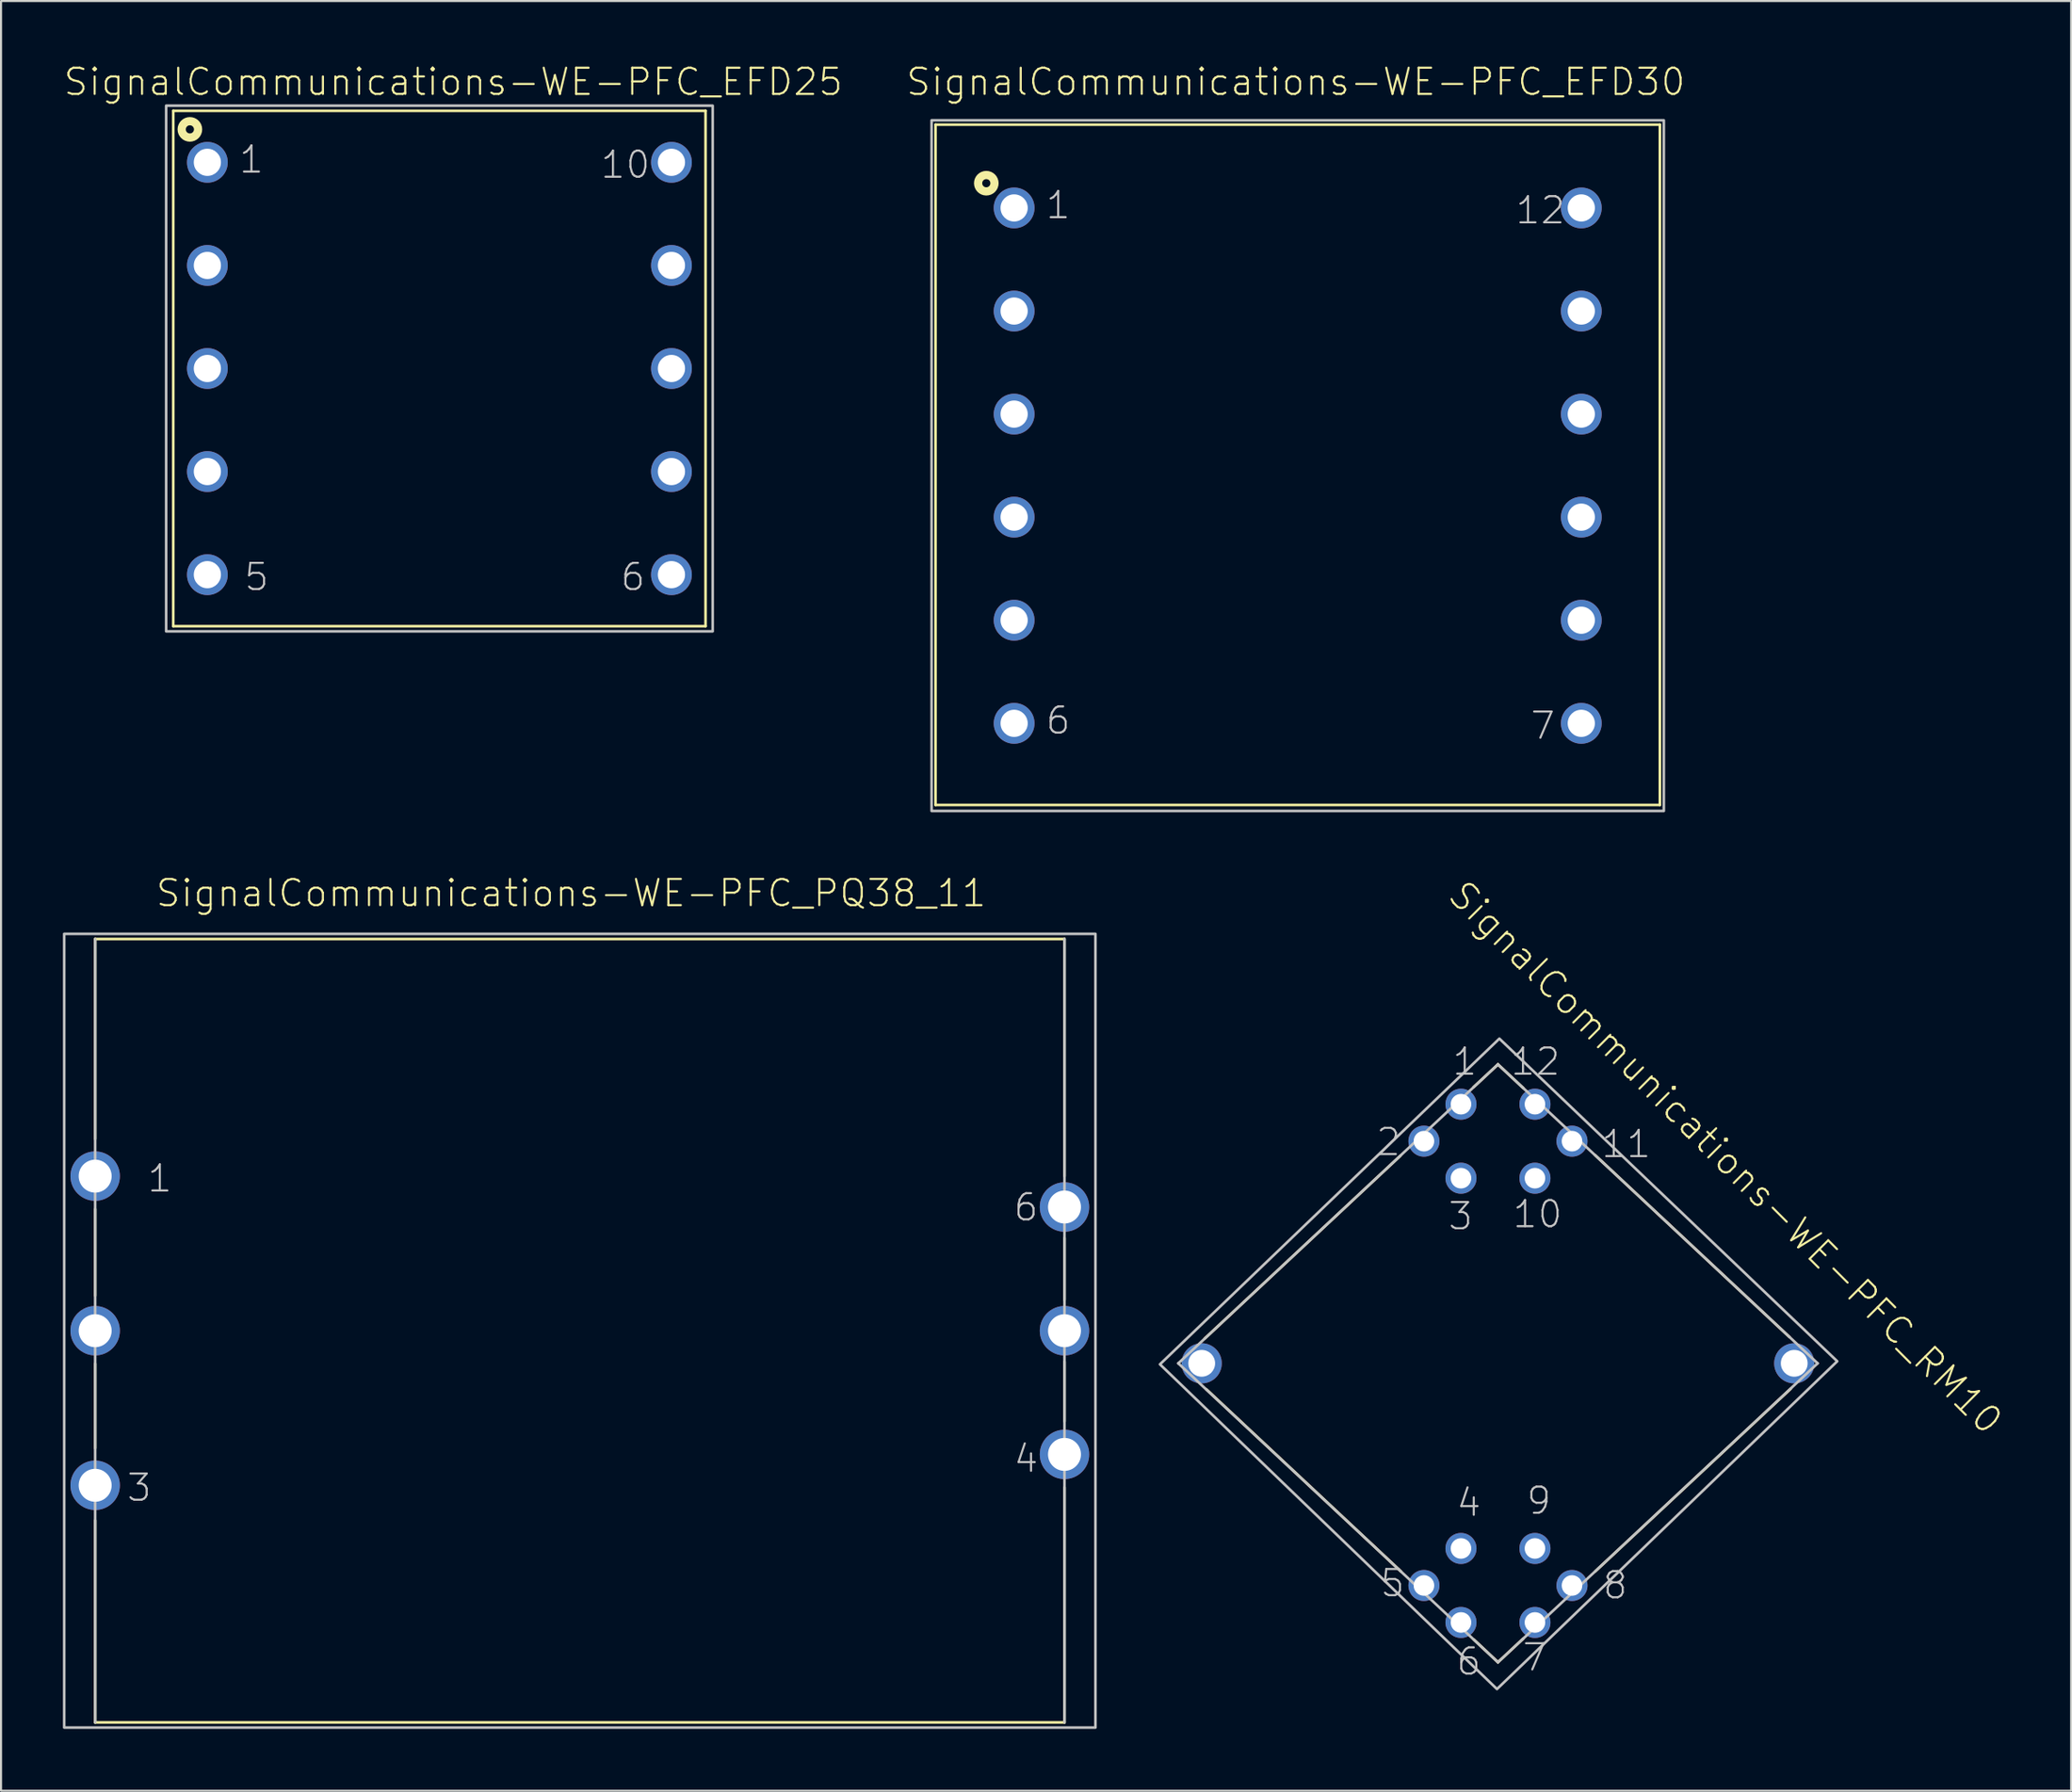
<source format=kicad_pcb>
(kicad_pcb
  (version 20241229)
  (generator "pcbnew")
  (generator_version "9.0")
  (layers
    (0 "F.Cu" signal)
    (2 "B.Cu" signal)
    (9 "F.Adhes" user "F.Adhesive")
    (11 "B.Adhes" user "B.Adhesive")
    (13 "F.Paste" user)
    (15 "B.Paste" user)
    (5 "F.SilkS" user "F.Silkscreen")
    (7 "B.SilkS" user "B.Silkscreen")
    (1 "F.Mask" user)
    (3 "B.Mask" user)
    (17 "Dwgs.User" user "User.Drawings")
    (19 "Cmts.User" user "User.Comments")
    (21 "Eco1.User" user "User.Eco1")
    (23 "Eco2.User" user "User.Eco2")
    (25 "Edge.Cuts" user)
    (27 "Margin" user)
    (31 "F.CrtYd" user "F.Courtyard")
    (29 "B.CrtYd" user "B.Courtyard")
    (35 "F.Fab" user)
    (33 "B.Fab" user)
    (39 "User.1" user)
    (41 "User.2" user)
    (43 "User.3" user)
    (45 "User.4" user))
  (footprint "SignalCommunications-WE-PFC_EFD30"
    (layer "F.Cu")
    (at 59.867 19.534)
    (property "Reference" "SignalCommunications-WE-PFC_EFD30" (at -0.094 -18.613 0) (layer "F.SilkS") (effects (font (size 1.27 1.27) (thickness 0.102))))
    (attr exclude_from_pos_files exclude_from_bom)
    (fp_line (start -17.559 -16.538) (end -17.559 16.459) (stroke (width 0.127) (type solid)) (layer "F.SilkS"))
    (fp_line (start -17.559 16.459) (end 17.559 16.459) (stroke (width 0.127) (type solid)) (layer "F.SilkS"))
    (fp_line (start 17.559 -16.538) (end -17.559 -16.538) (stroke (width 0.127) (type solid)) (layer "F.SilkS"))
    (fp_line (start 17.559 16.459) (end 17.559 -16.538) (stroke (width 0.127) (type solid)) (layer "F.SilkS"))
    (fp_circle (center -15.098 -13.698) (end -15.098 -13.896) (stroke (width 0.399) (type solid)) (fill no) (layer "F.SilkS"))
    (fp_poly (pts (xy 17.75 -16.749) (xy 17.75 16.749) (xy -17.75 16.749) (xy -17.75 -16.749) (xy 17.75 -16.749)) (stroke (width 0.127) (type solid)) (fill no) (layer "Dwgs.User"))
    (fp_text user "1" (at -11.613 -12.634 0) (layer "Dwgs.User") (effects (font (size 1.27 1.27) (thickness 0.102))))
    (fp_text user "6" (at -11.613 12.365 0) (layer "Dwgs.User") (effects (font (size 1.27 1.27) (thickness 0.102))))
    (fp_text user "12" (at 11.768 -12.383 0) (layer "Dwgs.User") (effects (font (size 1.27 1.27) (thickness 0.102))))
    (fp_text user "7" (at 11.885 12.614 0) (layer "Dwgs.User") (effects (font (size 1.27 1.27) (thickness 0.102))))
    (pad "1" thru_hole circle (at -13.749 -12.499) (size 1.979 1.979) (drill 1.318) (layers "*.Cu" "*.Paste" "*.Mask"))
    (pad "2" thru_hole circle (at -13.749 -7.498) (size 1.979 1.979) (drill 1.318) (layers "*.Cu" "*.Paste" "*.Mask"))
    (pad "3" thru_hole circle (at -13.749 -2.499) (size 1.979 1.979) (drill 1.318) (layers "*.Cu" "*.Paste" "*.Mask"))
    (pad "4" thru_hole circle (at -13.749 2.499) (size 1.979 1.979) (drill 1.318) (layers "*.Cu" "*.Paste" "*.Mask"))
    (pad "5" thru_hole circle (at -13.749 7.498) (size 1.979 1.979) (drill 1.318) (layers "*.Cu" "*.Paste" "*.Mask"))
    (pad "6" thru_hole circle (at -13.749 12.499) (size 1.979 1.979) (drill 1.318) (layers "*.Cu" "*.Paste" "*.Mask"))
    (pad "7" thru_hole circle (at 13.749 12.499) (size 1.979 1.979) (drill 1.318) (layers "*.Cu" "*.Paste" "*.Mask"))
    (pad "8" thru_hole circle (at 13.749 7.498) (size 1.979 1.979) (drill 1.318) (layers "*.Cu" "*.Paste" "*.Mask"))
    (pad "9" thru_hole circle (at 13.749 2.499) (size 1.979 1.979) (drill 1.318) (layers "*.Cu" "*.Paste" "*.Mask"))
    (pad "10" thru_hole circle (at 13.749 -2.499) (size 1.979 1.979) (drill 1.318) (layers "*.Cu" "*.Paste" "*.Mask"))
    (pad "11" thru_hole circle (at 13.749 -7.498) (size 1.979 1.979) (drill 1.318) (layers "*.Cu" "*.Paste" "*.Mask"))
    (pad "12" thru_hole circle (at 13.749 -12.499) (size 1.979 1.979) (drill 1.318) (layers "*.Cu" "*.Paste" "*.Mask")))
  (footprint "SignalCommunications-WE-PFC_EFD25"
    (layer "F.Cu")
    (at 18.254 14.823)
    (property "Reference" "SignalCommunications-WE-PFC_EFD25" (at 0.671 -13.901 0) (layer "F.SilkS") (effects (font (size 1.27 1.27) (thickness 0.102))))
    (attr exclude_from_pos_files exclude_from_bom)
    (fp_line (start -12.903 -12.499) (end -12.903 12.499) (stroke (width 0.127) (type solid)) (layer "F.SilkS"))
    (fp_line (start -12.903 12.499) (end 12.903 12.499) (stroke (width 0.127) (type solid)) (layer "F.SilkS"))
    (fp_line (start 12.903 -12.499) (end -12.903 -12.499) (stroke (width 0.127) (type solid)) (layer "F.SilkS"))
    (fp_line (start 12.903 12.499) (end 12.903 -12.499) (stroke (width 0.127) (type solid)) (layer "F.SilkS"))
    (fp_circle (center -12.098 -11.598) (end -12.098 -11.796) (stroke (width 0.399) (type solid)) (fill no) (layer "F.SilkS"))
    (fp_poly (pts (xy -13.249 -12.748) (xy 13.249 -12.748) (xy 13.249 12.748) (xy -13.249 12.748) (xy -13.249 -12.748)) (stroke (width 0.127) (type solid)) (fill no) (layer "Dwgs.User"))
    (fp_text user "1" (at -9.114 -10.135 0) (layer "Dwgs.User") (effects (font (size 1.27 1.27) (thickness 0.102))))
    (fp_text user "10" (at 9.02 -9.883 0) (layer "Dwgs.User") (effects (font (size 1.27 1.27) (thickness 0.102))))
    (fp_text user "5" (at -8.865 10.114 0) (layer "Dwgs.User") (effects (font (size 1.27 1.27) (thickness 0.102))))
    (fp_text user "6" (at 9.383 10.114 0) (layer "Dwgs.User") (effects (font (size 1.27 1.27) (thickness 0.102))))
    (pad "1" thru_hole circle (at -11.25 -10) (size 1.979 1.979) (drill 1.318) (layers "*.Cu" "*.Paste" "*.Mask"))
    (pad "2" thru_hole circle (at -11.25 -4.999) (size 1.979 1.979) (drill 1.318) (layers "*.Cu" "*.Paste" "*.Mask"))
    (pad "3" thru_hole circle (at -11.25 0) (size 1.979 1.979) (drill 1.318) (layers "*.Cu" "*.Paste" "*.Mask"))
    (pad "4" thru_hole circle (at -11.25 4.999) (size 1.979 1.979) (drill 1.318) (layers "*.Cu" "*.Paste" "*.Mask"))
    (pad "5" thru_hole circle (at -11.25 10) (size 1.979 1.979) (drill 1.318) (layers "*.Cu" "*.Paste" "*.Mask"))
    (pad "6" thru_hole circle (at 11.25 10) (size 1.979 1.979) (drill 1.318) (layers "*.Cu" "*.Paste" "*.Mask"))
    (pad "7" thru_hole circle (at 11.25 4.999) (size 1.979 1.979) (drill 1.318) (layers "*.Cu" "*.Paste" "*.Mask"))
    (pad "8" thru_hole circle (at 11.25 0) (size 1.979 1.979) (drill 1.318) (layers "*.Cu" "*.Paste" "*.Mask"))
    (pad "9" thru_hole circle (at 11.25 -4.999) (size 1.979 1.979) (drill 1.318) (layers "*.Cu" "*.Paste" "*.Mask"))
    (pad "10" thru_hole circle (at 11.25 -10) (size 1.979 1.979) (drill 1.318) (layers "*.Cu" "*.Paste" "*.Mask")))
  (footprint "SignalCommunications-WE-PFC_RM10"
    (layer "F.Cu")
    (at 69.576 63.074)
    (property "Reference" "SignalCommunications-WE-PFC_RM10" (at 11.034 -9.972 315) (layer "F.SilkS") (effects (font (size 1.27 1.27) (thickness 0.102))))
    (attr exclude_from_pos_files exclude_from_bom)
    (fp_line (start -14.138 1.26) (end -4.709 10.089) (stroke (width 0.127) (type solid)) (layer "F.SilkS"))
    (fp_line (start -4.729 -10.069) (end -14.209 -1.209) (stroke (width 0.127) (type solid)) (layer "F.SilkS"))
    (fp_line (start -1.179 -13.399) (end 0 -14.498) (stroke (width 0.127) (type solid)) (layer "F.SilkS"))
    (fp_line (start -1.168 13.399) (end 0 14.498) (stroke (width 0.127) (type solid)) (layer "F.SilkS"))
    (fp_line (start 0 -14.498) (end 1.229 -13.348) (stroke (width 0.127) (type solid)) (layer "F.SilkS"))
    (fp_line (start 0 14.498) (end 1.229 13.348) (stroke (width 0.127) (type solid)) (layer "F.SilkS"))
    (fp_line (start 4.709 -10.099) (end 14.138 -1.27) (stroke (width 0.127) (type solid)) (layer "F.SilkS"))
    (fp_line (start 4.719 10.089) (end 14.199 1.229) (stroke (width 0.127) (type solid)) (layer "F.SilkS"))
    (fp_line (start -15.499 0) (end 0 -14.498) (stroke (width 0.127) (type solid)) (layer "Dwgs.User"))
    (fp_line (start 0 -14.498) (end 15.499 0) (stroke (width 0.127) (type solid)) (layer "Dwgs.User"))
    (fp_line (start 0 14.498) (end -15.499 0) (stroke (width 0.127) (type solid)) (layer "Dwgs.User"))
    (fp_line (start 15.499 0) (end 0 14.498) (stroke (width 0.127) (type solid)) (layer "Dwgs.User"))
    (fp_poly (pts (xy 0.069 -15.748) (xy 16.449 -0.099) (xy -0.048 15.799) (xy -16.388 0.048) (xy 0.069 -15.748)) (stroke (width 0.127) (type solid)) (fill no) (layer "Dwgs.User"))
    (fp_text user "10" (at 1.918 -7.234 0) (layer "Dwgs.User") (effects (font (size 1.27 1.27) (thickness 0.102))))
    (fp_text user "1" (at -1.613 -14.633 0) (layer "Dwgs.User") (effects (font (size 1.27 1.27) (thickness 0.102))))
    (fp_text user "5" (at -5.113 10.663 0) (layer "Dwgs.User") (effects (font (size 1.27 1.27) (thickness 0.102))))
    (fp_text user "7" (at 1.783 14.265 0) (layer "Dwgs.User") (effects (font (size 1.27 1.27) (thickness 0.102))))
    (fp_text user "4" (at -1.415 6.764 0) (layer "Dwgs.User") (effects (font (size 1.27 1.27) (thickness 0.102))))
    (fp_text user "11" (at 6.218 -10.635 0) (layer "Dwgs.User") (effects (font (size 1.27 1.27) (thickness 0.102))))
    (fp_text user "12" (at 1.819 -14.633 0) (layer "Dwgs.User") (effects (font (size 1.27 1.27) (thickness 0.102))))
    (fp_text user "8" (at 5.685 10.765 0) (layer "Dwgs.User") (effects (font (size 1.27 1.27) (thickness 0.102))))
    (fp_text user "3" (at -1.814 -7.135 0) (layer "Dwgs.User") (effects (font (size 1.27 1.27) (thickness 0.102))))
    (fp_text user "2" (at -5.314 -10.734 0) (layer "Dwgs.User") (effects (font (size 1.27 1.27) (thickness 0.102))))
    (fp_text user "9" (at 1.984 6.665 0) (layer "Dwgs.User") (effects (font (size 1.27 1.27) (thickness 0.102))))
    (fp_text user "6" (at -1.415 14.463 0) (layer "Dwgs.User") (effects (font (size 1.27 1.27) (thickness 0.102))))
    (pad "1" thru_hole circle (at -1.793 -12.568) (size 1.506 1.506) (drill 0.998) (layers "*.Cu" "*.Paste" "*.Mask"))
    (pad "2" thru_hole circle (at -3.589 -10.775) (size 1.506 1.506) (drill 0.998) (layers "*.Cu" "*.Paste" "*.Mask"))
    (pad "3" thru_hole circle (at -1.793 -8.979) (size 1.506 1.506) (drill 0.998) (layers "*.Cu" "*.Paste" "*.Mask"))
    (pad "4" thru_hole circle (at -1.793 8.979) (size 1.506 1.506) (drill 0.998) (layers "*.Cu" "*.Paste" "*.Mask"))
    (pad "5" thru_hole circle (at -3.589 10.775) (size 1.506 1.506) (drill 0.998) (layers "*.Cu" "*.Paste" "*.Mask"))
    (pad "6" thru_hole circle (at -1.793 12.568) (size 1.506 1.506) (drill 0.998) (layers "*.Cu" "*.Paste" "*.Mask"))
    (pad "7" thru_hole circle (at 1.793 12.568) (size 1.506 1.506) (drill 0.998) (layers "*.Cu" "*.Paste" "*.Mask"))
    (pad "8" thru_hole circle (at 3.589 10.775) (size 1.506 1.506) (drill 0.998) (layers "*.Cu" "*.Paste" "*.Mask"))
    (pad "9" thru_hole circle (at 1.793 8.979) (size 1.506 1.506) (drill 0.998) (layers "*.Cu" "*.Paste" "*.Mask"))
    (pad "10" thru_hole circle (at 1.793 -8.979) (size 1.506 1.506) (drill 0.998) (layers "*.Cu" "*.Paste" "*.Mask"))
    (pad "11" thru_hole circle (at 3.589 -10.775) (size 1.506 1.506) (drill 0.998) (layers "*.Cu" "*.Paste" "*.Mask"))
    (pad "12" thru_hole circle (at 1.793 -12.568) (size 1.506 1.506) (drill 0.998) (layers "*.Cu" "*.Paste" "*.Mask"))
    (pad "T1" thru_hole circle (at -14.364 0) (size 1.948 1.948) (drill 1.298) (layers "*.Cu" "*.Paste" "*.Mask"))
    (pad "T2" thru_hole circle (at 14.364 0) (size 1.948 1.948) (drill 1.298) (layers "*.Cu" "*.Paste" "*.Mask")))
  (footprint "SignalCommunications-WE-PFC_PQ38_11"
    (layer "F.Cu")
    (at 25.062 61.492)
    (property "Reference" "SignalCommunications-WE-PFC_PQ38_11" (at -0.424 -21.224 0) (layer "F.SilkS") (effects (font (size 1.27 1.27) (thickness 0.102))))
    (attr exclude_from_pos_files exclude_from_bom)
    (fp_line (start -23.498 -9.299) (end -23.498 -18.999) (stroke (width 0.127) (type solid)) (layer "F.SilkS"))
    (fp_line (start -23.498 -1.699) (end -23.498 -5.898) (stroke (width 0.127) (type solid)) (layer "F.SilkS"))
    (fp_line (start -23.498 5.7) (end -23.498 1.598) (stroke (width 0.127) (type solid)) (layer "F.SilkS"))
    (fp_line (start -23.498 9.2) (end -23.498 18.999) (stroke (width 0.127) (type solid)) (layer "F.SilkS"))
    (fp_line (start -23.498 18.999) (end 23.498 18.999) (stroke (width 0.127) (type solid)) (layer "F.SilkS"))
    (fp_line (start 23.498 -18.999) (end -23.498 -18.999) (stroke (width 0.127) (type solid)) (layer "F.SilkS"))
    (fp_line (start 23.498 -7.498) (end 23.498 -18.999) (stroke (width 0.127) (type solid)) (layer "F.SilkS"))
    (fp_line (start 23.498 -1.499) (end 23.498 -4.498) (stroke (width 0.127) (type solid)) (layer "F.SilkS"))
    (fp_line (start 23.498 4.399) (end 23.498 1.499) (stroke (width 0.127) (type solid)) (layer "F.SilkS"))
    (fp_line (start 23.498 7.6) (end 23.498 18.999) (stroke (width 0.127) (type solid)) (layer "F.SilkS"))
    (fp_line (start -23.498 -18.999) (end -23.498 18.999) (stroke (width 0.127) (type solid)) (layer "Dwgs.User"))
    (fp_line (start 23.498 18.999) (end 23.498 -18.999) (stroke (width 0.127) (type solid)) (layer "Dwgs.User"))
    (fp_poly (pts (xy -24.999 19.248) (xy -24.999 -19.248) (xy 24.999 -19.248) (xy 24.999 19.248) (xy -24.999 19.248)) (stroke (width 0.127) (type solid)) (fill no) (layer "Dwgs.User"))
    (fp_text user "6" (at 21.633 -5.984 0) (layer "Dwgs.User") (effects (font (size 1.27 1.27) (thickness 0.102))))
    (fp_text user "3" (at -21.364 7.615 0) (layer "Dwgs.User") (effects (font (size 1.27 1.27) (thickness 0.102))))
    (fp_text user "4" (at 21.633 6.213 0) (layer "Dwgs.User") (effects (font (size 1.27 1.27) (thickness 0.102))))
    (fp_text user "1" (at -20.363 -7.384 0) (layer "Dwgs.User") (effects (font (size 1.27 1.27) (thickness 0.102))))
    (pad "1" thru_hole circle (at -23.498 -7.498) (size 2.398 2.398) (drill 1.598) (layers "*.Cu" "*.Paste" "*.Mask"))
    (pad "2" thru_hole circle (at -23.498 0) (size 2.398 2.398) (drill 1.598) (layers "*.Cu" "*.Paste" "*.Mask"))
    (pad "3" thru_hole circle (at -23.498 7.498) (size 2.398 2.398) (drill 1.598) (layers "*.Cu" "*.Paste" "*.Mask"))
    (pad "4" thru_hole circle (at 23.498 5.999) (size 2.398 2.398) (drill 1.598) (layers "*.Cu" "*.Paste" "*.Mask"))
    (pad "5" thru_hole circle (at 23.498 0) (size 2.398 2.398) (drill 1.598) (layers "*.Cu" "*.Paste" "*.Mask"))
    (pad "6" thru_hole circle (at 23.498 -5.999) (size 2.398 2.398) (drill 1.598) (layers "*.Cu" "*.Paste" "*.Mask")))
  (gr_rect
    (start -3 -3)
    (end 97.365 83.804)
    (stroke (width 0.1) (type default))
    (fill no)
    (layer "Edge.Cuts")))
</source>
